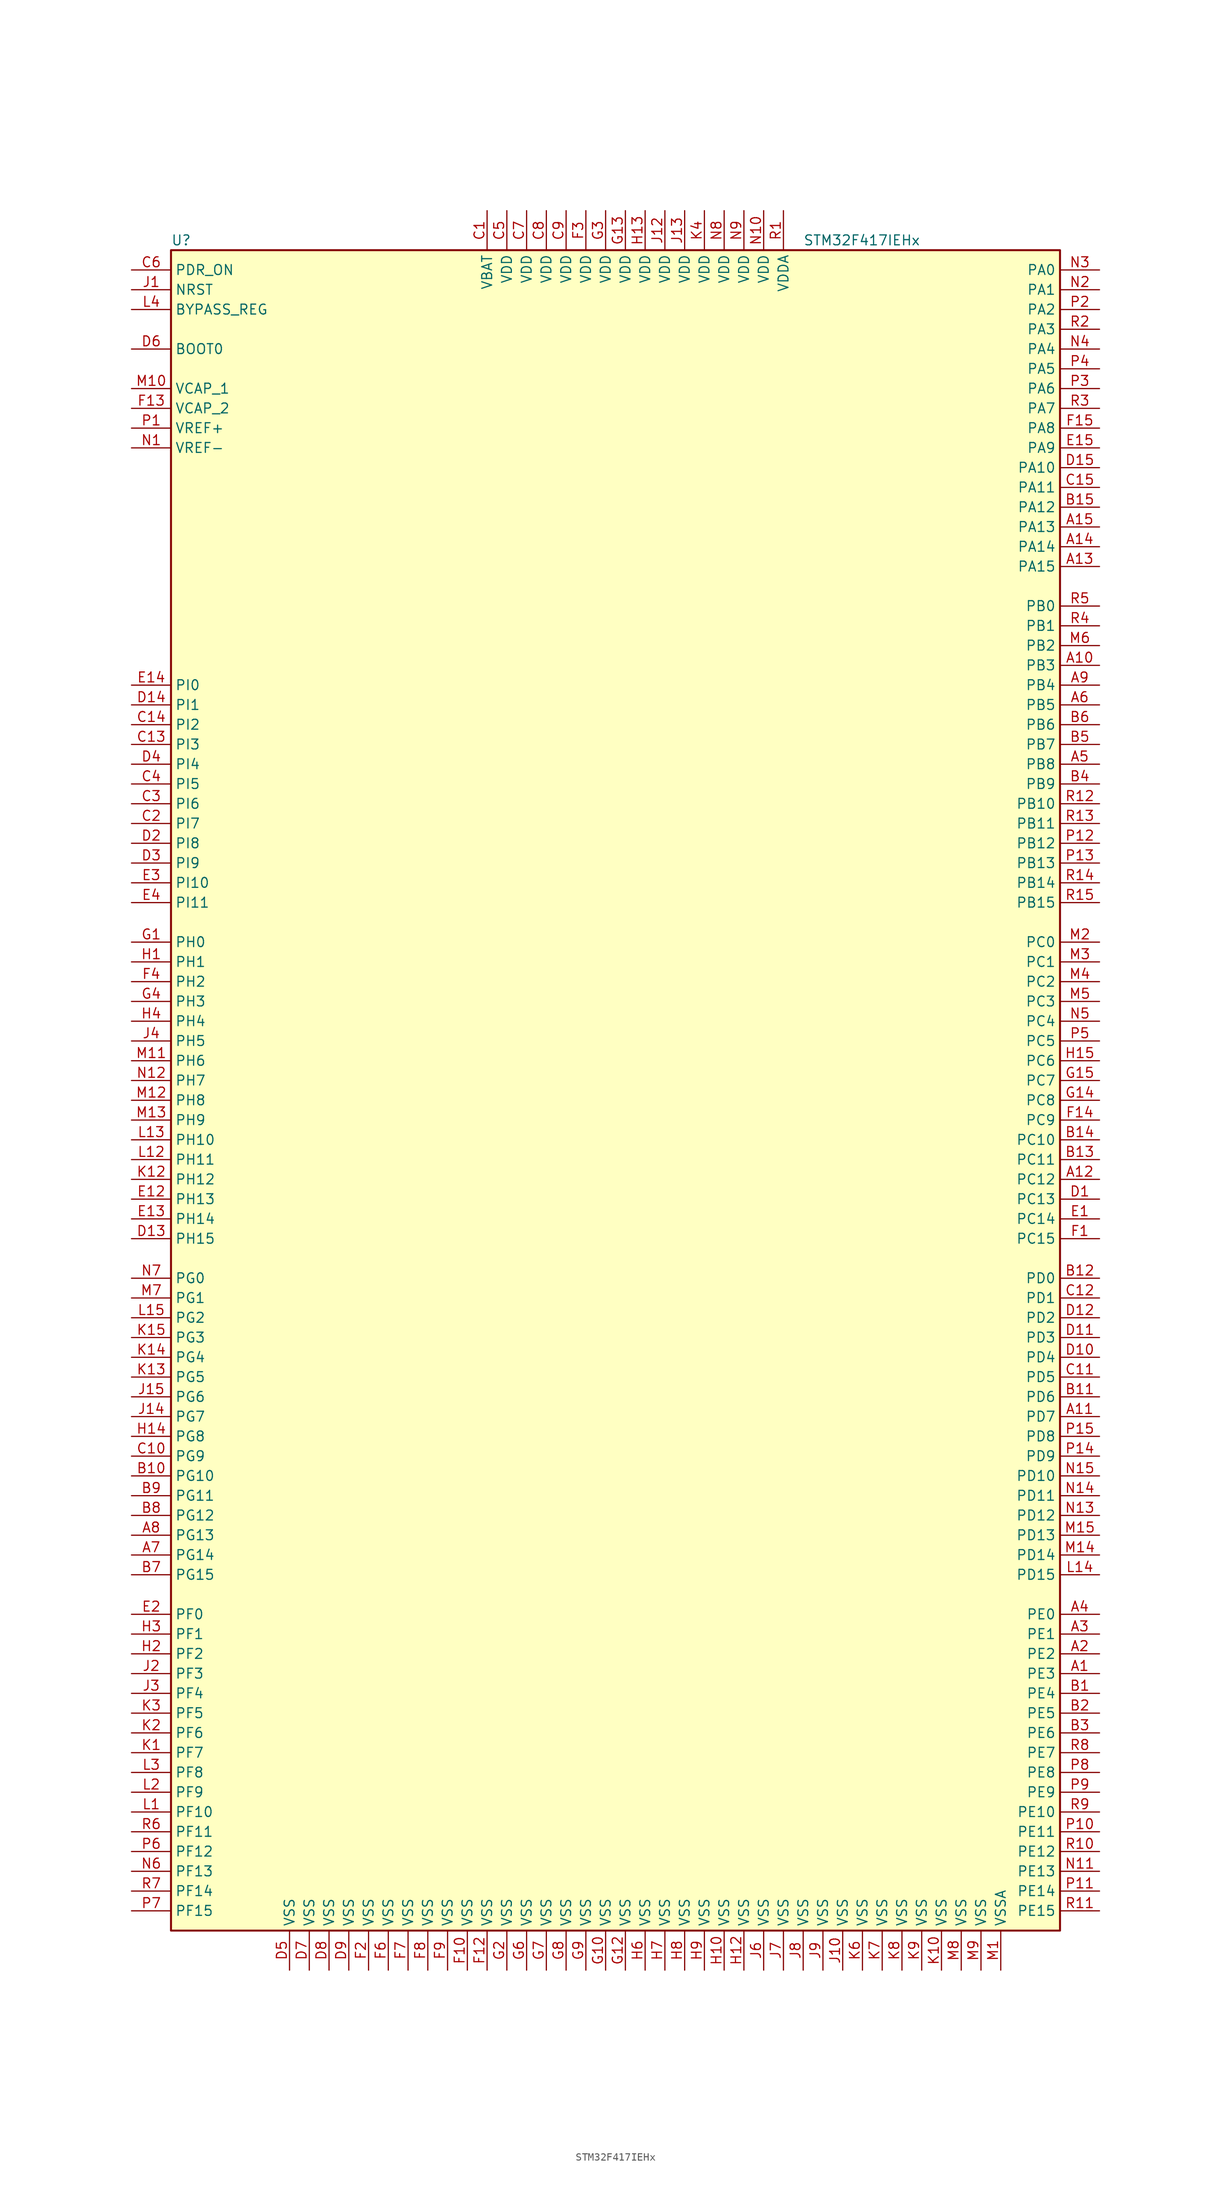
<source format=kicad_sym>
(kicad_symbol_lib
  (version 20211014)
  (generator kicad_symbol_editor)
  (symbol "STM32F417IEHx"
    (property "Reference" "U"
      (at -58.42 107.95 0)
      (effects (font (size 1.27 1.27)) (justify left)))
    (property "Value" "STM32F417IEHx"
      (at 22.86 107.95 0)
      (effects (font (size 1.27 1.27)) (justify left)))
    (symbol "STM32F417IEHx_0_1"
      (rectangle (start -58.42 -109.22) (end 55.88 106.68) (stroke (width 0.254) (type default) (color 0 0 0 0)) (fill (type background))))
    (symbol "STM32F417IEHx_1_1"
      (pin bidirectional line (at 60.96 -76.2 180) (length 5.08) (name "PE3" (effects (font (size 1.27 1.27)))) (number "A1" (effects (font (size 1.27 1.27)))))
      (pin bidirectional line (at 60.96 53.34 180) (length 5.08) (name "PB3" (effects (font (size 1.27 1.27)))) (number "A10" (effects (font (size 1.27 1.27)))))
      (pin bidirectional line (at 60.96 -43.18 180) (length 5.08) (name "PD7" (effects (font (size 1.27 1.27)))) (number "A11" (effects (font (size 1.27 1.27)))))
      (pin bidirectional line (at 60.96 -12.7 180) (length 5.08) (name "PC12" (effects (font (size 1.27 1.27)))) (number "A12" (effects (font (size 1.27 1.27)))))
      (pin bidirectional line (at 60.96 66.04 180) (length 5.08) (name "PA15" (effects (font (size 1.27 1.27)))) (number "A13" (effects (font (size 1.27 1.27)))))
      (pin bidirectional line (at 60.96 68.58 180) (length 5.08) (name "PA14" (effects (font (size 1.27 1.27)))) (number "A14" (effects (font (size 1.27 1.27)))))
      (pin bidirectional line (at 60.96 71.12 180) (length 5.08) (name "PA13" (effects (font (size 1.27 1.27)))) (number "A15" (effects (font (size 1.27 1.27)))))
      (pin bidirectional line (at 60.96 -73.66 180) (length 5.08) (name "PE2" (effects (font (size 1.27 1.27)))) (number "A2" (effects (font (size 1.27 1.27)))))
      (pin bidirectional line (at 60.96 -71.12 180) (length 5.08) (name "PE1" (effects (font (size 1.27 1.27)))) (number "A3" (effects (font (size 1.27 1.27)))))
      (pin bidirectional line (at 60.96 -68.58 180) (length 5.08) (name "PE0" (effects (font (size 1.27 1.27)))) (number "A4" (effects (font (size 1.27 1.27)))))
      (pin bidirectional line (at 60.96 40.64 180) (length 5.08) (name "PB8" (effects (font (size 1.27 1.27)))) (number "A5" (effects (font (size 1.27 1.27)))))
      (pin bidirectional line (at 60.96 48.26 180) (length 5.08) (name "PB5" (effects (font (size 1.27 1.27)))) (number "A6" (effects (font (size 1.27 1.27)))))
      (pin bidirectional line (at -63.5 -60.96 0) (length 5.08) (name "PG14" (effects (font (size 1.27 1.27)))) (number "A7" (effects (font (size 1.27 1.27)))))
      (pin bidirectional line (at -63.5 -58.42 0) (length 5.08) (name "PG13" (effects (font (size 1.27 1.27)))) (number "A8" (effects (font (size 1.27 1.27)))))
      (pin bidirectional line (at 60.96 50.8 180) (length 5.08) (name "PB4" (effects (font (size 1.27 1.27)))) (number "A9" (effects (font (size 1.27 1.27)))))
      (pin bidirectional line (at 60.96 -78.74 180) (length 5.08) (name "PE4" (effects (font (size 1.27 1.27)))) (number "B1" (effects (font (size 1.27 1.27)))))
      (pin bidirectional line (at -63.5 -50.8 0) (length 5.08) (name "PG10" (effects (font (size 1.27 1.27)))) (number "B10" (effects (font (size 1.27 1.27)))))
      (pin bidirectional line (at 60.96 -40.64 180) (length 5.08) (name "PD6" (effects (font (size 1.27 1.27)))) (number "B11" (effects (font (size 1.27 1.27)))))
      (pin bidirectional line (at 60.96 -25.4 180) (length 5.08) (name "PD0" (effects (font (size 1.27 1.27)))) (number "B12" (effects (font (size 1.27 1.27)))))
      (pin bidirectional line (at 60.96 -10.16 180) (length 5.08) (name "PC11" (effects (font (size 1.27 1.27)))) (number "B13" (effects (font (size 1.27 1.27)))))
      (pin bidirectional line (at 60.96 -7.62 180) (length 5.08) (name "PC10" (effects (font (size 1.27 1.27)))) (number "B14" (effects (font (size 1.27 1.27)))))
      (pin bidirectional line (at 60.96 73.66 180) (length 5.08) (name "PA12" (effects (font (size 1.27 1.27)))) (number "B15" (effects (font (size 1.27 1.27)))))
      (pin bidirectional line (at 60.96 -81.28 180) (length 5.08) (name "PE5" (effects (font (size 1.27 1.27)))) (number "B2" (effects (font (size 1.27 1.27)))))
      (pin bidirectional line (at 60.96 -83.82 180) (length 5.08) (name "PE6" (effects (font (size 1.27 1.27)))) (number "B3" (effects (font (size 1.27 1.27)))))
      (pin bidirectional line (at 60.96 38.1 180) (length 5.08) (name "PB9" (effects (font (size 1.27 1.27)))) (number "B4" (effects (font (size 1.27 1.27)))))
      (pin bidirectional line (at 60.96 43.18 180) (length 5.08) (name "PB7" (effects (font (size 1.27 1.27)))) (number "B5" (effects (font (size 1.27 1.27)))))
      (pin bidirectional line (at 60.96 45.72 180) (length 5.08) (name "PB6" (effects (font (size 1.27 1.27)))) (number "B6" (effects (font (size 1.27 1.27)))))
      (pin bidirectional line (at -63.5 -63.5 0) (length 5.08) (name "PG15" (effects (font (size 1.27 1.27)))) (number "B7" (effects (font (size 1.27 1.27)))))
      (pin bidirectional line (at -63.5 -55.88 0) (length 5.08) (name "PG12" (effects (font (size 1.27 1.27)))) (number "B8" (effects (font (size 1.27 1.27)))))
      (pin bidirectional line (at -63.5 -53.34 0) (length 5.08) (name "PG11" (effects (font (size 1.27 1.27)))) (number "B9" (effects (font (size 1.27 1.27)))))
      (pin power_in line (at -17.78 111.76 270) (length 5.08) (name "VBAT" (effects (font (size 1.27 1.27)))) (number "C1" (effects (font (size 1.27 1.27)))))
      (pin bidirectional line (at -63.5 -48.26 0) (length 5.08) (name "PG9" (effects (font (size 1.27 1.27)))) (number "C10" (effects (font (size 1.27 1.27)))))
      (pin bidirectional line (at 60.96 -38.1 180) (length 5.08) (name "PD5" (effects (font (size 1.27 1.27)))) (number "C11" (effects (font (size 1.27 1.27)))))
      (pin bidirectional line (at 60.96 -27.94 180) (length 5.08) (name "PD1" (effects (font (size 1.27 1.27)))) (number "C12" (effects (font (size 1.27 1.27)))))
      (pin bidirectional line (at -63.5 43.18 0) (length 5.08) (name "PI3" (effects (font (size 1.27 1.27)))) (number "C13" (effects (font (size 1.27 1.27)))))
      (pin bidirectional line (at -63.5 45.72 0) (length 5.08) (name "PI2" (effects (font (size 1.27 1.27)))) (number "C14" (effects (font (size 1.27 1.27)))))
      (pin bidirectional line (at 60.96 76.2 180) (length 5.08) (name "PA11" (effects (font (size 1.27 1.27)))) (number "C15" (effects (font (size 1.27 1.27)))))
      (pin bidirectional line (at -63.5 33.02 0) (length 5.08) (name "PI7" (effects (font (size 1.27 1.27)))) (number "C2" (effects (font (size 1.27 1.27)))))
      (pin bidirectional line (at -63.5 35.56 0) (length 5.08) (name "PI6" (effects (font (size 1.27 1.27)))) (number "C3" (effects (font (size 1.27 1.27)))))
      (pin bidirectional line (at -63.5 38.1 0) (length 5.08) (name "PI5" (effects (font (size 1.27 1.27)))) (number "C4" (effects (font (size 1.27 1.27)))))
      (pin power_in line (at -15.24 111.76 270) (length 5.08) (name "VDD" (effects (font (size 1.27 1.27)))) (number "C5" (effects (font (size 1.27 1.27)))))
      (pin input line (at -63.5 104.14 0) (length 5.08) (name "PDR_ON" (effects (font (size 1.27 1.27)))) (number "C6" (effects (font (size 1.27 1.27)))))
      (pin power_in line (at -12.7 111.76 270) (length 5.08) (name "VDD" (effects (font (size 1.27 1.27)))) (number "C7" (effects (font (size 1.27 1.27)))))
      (pin power_in line (at -10.16 111.76 270) (length 5.08) (name "VDD" (effects (font (size 1.27 1.27)))) (number "C8" (effects (font (size 1.27 1.27)))))
      (pin power_in line (at -7.62 111.76 270) (length 5.08) (name "VDD" (effects (font (size 1.27 1.27)))) (number "C9" (effects (font (size 1.27 1.27)))))
      (pin bidirectional line (at 60.96 -15.24 180) (length 5.08) (name "PC13" (effects (font (size 1.27 1.27)))) (number "D1" (effects (font (size 1.27 1.27)))))
      (pin bidirectional line (at 60.96 -35.56 180) (length 5.08) (name "PD4" (effects (font (size 1.27 1.27)))) (number "D10" (effects (font (size 1.27 1.27)))))
      (pin bidirectional line (at 60.96 -33.02 180) (length 5.08) (name "PD3" (effects (font (size 1.27 1.27)))) (number "D11" (effects (font (size 1.27 1.27)))))
      (pin bidirectional line (at 60.96 -30.48 180) (length 5.08) (name "PD2" (effects (font (size 1.27 1.27)))) (number "D12" (effects (font (size 1.27 1.27)))))
      (pin bidirectional line (at -63.5 -20.32 0) (length 5.08) (name "PH15" (effects (font (size 1.27 1.27)))) (number "D13" (effects (font (size 1.27 1.27)))))
      (pin bidirectional line (at -63.5 48.26 0) (length 5.08) (name "PI1" (effects (font (size 1.27 1.27)))) (number "D14" (effects (font (size 1.27 1.27)))))
      (pin bidirectional line (at 60.96 78.74 180) (length 5.08) (name "PA10" (effects (font (size 1.27 1.27)))) (number "D15" (effects (font (size 1.27 1.27)))))
      (pin bidirectional line (at -63.5 30.48 0) (length 5.08) (name "PI8" (effects (font (size 1.27 1.27)))) (number "D2" (effects (font (size 1.27 1.27)))))
      (pin bidirectional line (at -63.5 27.94 0) (length 5.08) (name "PI9" (effects (font (size 1.27 1.27)))) (number "D3" (effects (font (size 1.27 1.27)))))
      (pin bidirectional line (at -63.5 40.64 0) (length 5.08) (name "PI4" (effects (font (size 1.27 1.27)))) (number "D4" (effects (font (size 1.27 1.27)))))
      (pin power_in line (at -43.18 -114.3 90) (length 5.08) (name "VSS" (effects (font (size 1.27 1.27)))) (number "D5" (effects (font (size 1.27 1.27)))))
      (pin input line (at -63.5 93.98 0) (length 5.08) (name "BOOT0" (effects (font (size 1.27 1.27)))) (number "D6" (effects (font (size 1.27 1.27)))))
      (pin power_in line (at -40.64 -114.3 90) (length 5.08) (name "VSS" (effects (font (size 1.27 1.27)))) (number "D7" (effects (font (size 1.27 1.27)))))
      (pin power_in line (at -38.1 -114.3 90) (length 5.08) (name "VSS" (effects (font (size 1.27 1.27)))) (number "D8" (effects (font (size 1.27 1.27)))))
      (pin power_in line (at -35.56 -114.3 90) (length 5.08) (name "VSS" (effects (font (size 1.27 1.27)))) (number "D9" (effects (font (size 1.27 1.27)))))
      (pin bidirectional line (at 60.96 -17.78 180) (length 5.08) (name "PC14" (effects (font (size 1.27 1.27)))) (number "E1" (effects (font (size 1.27 1.27)))))
      (pin bidirectional line (at -63.5 -15.24 0) (length 5.08) (name "PH13" (effects (font (size 1.27 1.27)))) (number "E12" (effects (font (size 1.27 1.27)))))
      (pin bidirectional line (at -63.5 -17.78 0) (length 5.08) (name "PH14" (effects (font (size 1.27 1.27)))) (number "E13" (effects (font (size 1.27 1.27)))))
      (pin bidirectional line (at -63.5 50.8 0) (length 5.08) (name "PI0" (effects (font (size 1.27 1.27)))) (number "E14" (effects (font (size 1.27 1.27)))))
      (pin bidirectional line (at 60.96 81.28 180) (length 5.08) (name "PA9" (effects (font (size 1.27 1.27)))) (number "E15" (effects (font (size 1.27 1.27)))))
      (pin bidirectional line (at -63.5 -68.58 0) (length 5.08) (name "PF0" (effects (font (size 1.27 1.27)))) (number "E2" (effects (font (size 1.27 1.27)))))
      (pin bidirectional line (at -63.5 25.4 0) (length 5.08) (name "PI10" (effects (font (size 1.27 1.27)))) (number "E3" (effects (font (size 1.27 1.27)))))
      (pin bidirectional line (at -63.5 22.86 0) (length 5.08) (name "PI11" (effects (font (size 1.27 1.27)))) (number "E4" (effects (font (size 1.27 1.27)))))
      (pin bidirectional line (at 60.96 -20.32 180) (length 5.08) (name "PC15" (effects (font (size 1.27 1.27)))) (number "F1" (effects (font (size 1.27 1.27)))))
      (pin power_in line (at -20.32 -114.3 90) (length 5.08) (name "VSS" (effects (font (size 1.27 1.27)))) (number "F10" (effects (font (size 1.27 1.27)))))
      (pin power_in line (at -17.78 -114.3 90) (length 5.08) (name "VSS" (effects (font (size 1.27 1.27)))) (number "F12" (effects (font (size 1.27 1.27)))))
      (pin power_in line (at -63.5 86.36 0) (length 5.08) (name "VCAP_2" (effects (font (size 1.27 1.27)))) (number "F13" (effects (font (size 1.27 1.27)))))
      (pin bidirectional line (at 60.96 -5.08 180) (length 5.08) (name "PC9" (effects (font (size 1.27 1.27)))) (number "F14" (effects (font (size 1.27 1.27)))))
      (pin bidirectional line (at 60.96 83.82 180) (length 5.08) (name "PA8" (effects (font (size 1.27 1.27)))) (number "F15" (effects (font (size 1.27 1.27)))))
      (pin power_in line (at -33.02 -114.3 90) (length 5.08) (name "VSS" (effects (font (size 1.27 1.27)))) (number "F2" (effects (font (size 1.27 1.27)))))
      (pin power_in line (at -5.08 111.76 270) (length 5.08) (name "VDD" (effects (font (size 1.27 1.27)))) (number "F3" (effects (font (size 1.27 1.27)))))
      (pin bidirectional line (at -63.5 12.7 0) (length 5.08) (name "PH2" (effects (font (size 1.27 1.27)))) (number "F4" (effects (font (size 1.27 1.27)))))
      (pin power_in line (at -30.48 -114.3 90) (length 5.08) (name "VSS" (effects (font (size 1.27 1.27)))) (number "F6" (effects (font (size 1.27 1.27)))))
      (pin power_in line (at -27.94 -114.3 90) (length 5.08) (name "VSS" (effects (font (size 1.27 1.27)))) (number "F7" (effects (font (size 1.27 1.27)))))
      (pin power_in line (at -25.4 -114.3 90) (length 5.08) (name "VSS" (effects (font (size 1.27 1.27)))) (number "F8" (effects (font (size 1.27 1.27)))))
      (pin power_in line (at -22.86 -114.3 90) (length 5.08) (name "VSS" (effects (font (size 1.27 1.27)))) (number "F9" (effects (font (size 1.27 1.27)))))
      (pin input line (at -63.5 17.78 0) (length 5.08) (name "PH0" (effects (font (size 1.27 1.27)))) (number "G1" (effects (font (size 1.27 1.27)))))
      (pin power_in line (at -2.54 -114.3 90) (length 5.08) (name "VSS" (effects (font (size 1.27 1.27)))) (number "G10" (effects (font (size 1.27 1.27)))))
      (pin power_in line (at 0 -114.3 90) (length 5.08) (name "VSS" (effects (font (size 1.27 1.27)))) (number "G12" (effects (font (size 1.27 1.27)))))
      (pin power_in line (at 0 111.76 270) (length 5.08) (name "VDD" (effects (font (size 1.27 1.27)))) (number "G13" (effects (font (size 1.27 1.27)))))
      (pin bidirectional line (at 60.96 -2.54 180) (length 5.08) (name "PC8" (effects (font (size 1.27 1.27)))) (number "G14" (effects (font (size 1.27 1.27)))))
      (pin bidirectional line (at 60.96 0 180) (length 5.08) (name "PC7" (effects (font (size 1.27 1.27)))) (number "G15" (effects (font (size 1.27 1.27)))))
      (pin power_in line (at -15.24 -114.3 90) (length 5.08) (name "VSS" (effects (font (size 1.27 1.27)))) (number "G2" (effects (font (size 1.27 1.27)))))
      (pin power_in line (at -2.54 111.76 270) (length 5.08) (name "VDD" (effects (font (size 1.27 1.27)))) (number "G3" (effects (font (size 1.27 1.27)))))
      (pin bidirectional line (at -63.5 10.16 0) (length 5.08) (name "PH3" (effects (font (size 1.27 1.27)))) (number "G4" (effects (font (size 1.27 1.27)))))
      (pin power_in line (at -12.7 -114.3 90) (length 5.08) (name "VSS" (effects (font (size 1.27 1.27)))) (number "G6" (effects (font (size 1.27 1.27)))))
      (pin power_in line (at -10.16 -114.3 90) (length 5.08) (name "VSS" (effects (font (size 1.27 1.27)))) (number "G7" (effects (font (size 1.27 1.27)))))
      (pin power_in line (at -7.62 -114.3 90) (length 5.08) (name "VSS" (effects (font (size 1.27 1.27)))) (number "G8" (effects (font (size 1.27 1.27)))))
      (pin power_in line (at -5.08 -114.3 90) (length 5.08) (name "VSS" (effects (font (size 1.27 1.27)))) (number "G9" (effects (font (size 1.27 1.27)))))
      (pin input line (at -63.5 15.24 0) (length 5.08) (name "PH1" (effects (font (size 1.27 1.27)))) (number "H1" (effects (font (size 1.27 1.27)))))
      (pin power_in line (at 12.7 -114.3 90) (length 5.08) (name "VSS" (effects (font (size 1.27 1.27)))) (number "H10" (effects (font (size 1.27 1.27)))))
      (pin power_in line (at 15.24 -114.3 90) (length 5.08) (name "VSS" (effects (font (size 1.27 1.27)))) (number "H12" (effects (font (size 1.27 1.27)))))
      (pin power_in line (at 2.54 111.76 270) (length 5.08) (name "VDD" (effects (font (size 1.27 1.27)))) (number "H13" (effects (font (size 1.27 1.27)))))
      (pin bidirectional line (at -63.5 -45.72 0) (length 5.08) (name "PG8" (effects (font (size 1.27 1.27)))) (number "H14" (effects (font (size 1.27 1.27)))))
      (pin bidirectional line (at 60.96 2.54 180) (length 5.08) (name "PC6" (effects (font (size 1.27 1.27)))) (number "H15" (effects (font (size 1.27 1.27)))))
      (pin bidirectional line (at -63.5 -73.66 0) (length 5.08) (name "PF2" (effects (font (size 1.27 1.27)))) (number "H2" (effects (font (size 1.27 1.27)))))
      (pin bidirectional line (at -63.5 -71.12 0) (length 5.08) (name "PF1" (effects (font (size 1.27 1.27)))) (number "H3" (effects (font (size 1.27 1.27)))))
      (pin bidirectional line (at -63.5 7.62 0) (length 5.08) (name "PH4" (effects (font (size 1.27 1.27)))) (number "H4" (effects (font (size 1.27 1.27)))))
      (pin power_in line (at 2.54 -114.3 90) (length 5.08) (name "VSS" (effects (font (size 1.27 1.27)))) (number "H6" (effects (font (size 1.27 1.27)))))
      (pin power_in line (at 5.08 -114.3 90) (length 5.08) (name "VSS" (effects (font (size 1.27 1.27)))) (number "H7" (effects (font (size 1.27 1.27)))))
      (pin power_in line (at 7.62 -114.3 90) (length 5.08) (name "VSS" (effects (font (size 1.27 1.27)))) (number "H8" (effects (font (size 1.27 1.27)))))
      (pin power_in line (at 10.16 -114.3 90) (length 5.08) (name "VSS" (effects (font (size 1.27 1.27)))) (number "H9" (effects (font (size 1.27 1.27)))))
      (pin input line (at -63.5 101.6 0) (length 5.08) (name "NRST" (effects (font (size 1.27 1.27)))) (number "J1" (effects (font (size 1.27 1.27)))))
      (pin power_in line (at 27.94 -114.3 90) (length 5.08) (name "VSS" (effects (font (size 1.27 1.27)))) (number "J10" (effects (font (size 1.27 1.27)))))
      (pin power_in line (at 5.08 111.76 270) (length 5.08) (name "VDD" (effects (font (size 1.27 1.27)))) (number "J12" (effects (font (size 1.27 1.27)))))
      (pin power_in line (at 7.62 111.76 270) (length 5.08) (name "VDD" (effects (font (size 1.27 1.27)))) (number "J13" (effects (font (size 1.27 1.27)))))
      (pin bidirectional line (at -63.5 -43.18 0) (length 5.08) (name "PG7" (effects (font (size 1.27 1.27)))) (number "J14" (effects (font (size 1.27 1.27)))))
      (pin bidirectional line (at -63.5 -40.64 0) (length 5.08) (name "PG6" (effects (font (size 1.27 1.27)))) (number "J15" (effects (font (size 1.27 1.27)))))
      (pin bidirectional line (at -63.5 -76.2 0) (length 5.08) (name "PF3" (effects (font (size 1.27 1.27)))) (number "J2" (effects (font (size 1.27 1.27)))))
      (pin bidirectional line (at -63.5 -78.74 0) (length 5.08) (name "PF4" (effects (font (size 1.27 1.27)))) (number "J3" (effects (font (size 1.27 1.27)))))
      (pin bidirectional line (at -63.5 5.08 0) (length 5.08) (name "PH5" (effects (font (size 1.27 1.27)))) (number "J4" (effects (font (size 1.27 1.27)))))
      (pin power_in line (at 17.78 -114.3 90) (length 5.08) (name "VSS" (effects (font (size 1.27 1.27)))) (number "J6" (effects (font (size 1.27 1.27)))))
      (pin power_in line (at 20.32 -114.3 90) (length 5.08) (name "VSS" (effects (font (size 1.27 1.27)))) (number "J7" (effects (font (size 1.27 1.27)))))
      (pin power_in line (at 22.86 -114.3 90) (length 5.08) (name "VSS" (effects (font (size 1.27 1.27)))) (number "J8" (effects (font (size 1.27 1.27)))))
      (pin power_in line (at 25.4 -114.3 90) (length 5.08) (name "VSS" (effects (font (size 1.27 1.27)))) (number "J9" (effects (font (size 1.27 1.27)))))
      (pin bidirectional line (at -63.5 -86.36 0) (length 5.08) (name "PF7" (effects (font (size 1.27 1.27)))) (number "K1" (effects (font (size 1.27 1.27)))))
      (pin power_in line (at 40.64 -114.3 90) (length 5.08) (name "VSS" (effects (font (size 1.27 1.27)))) (number "K10" (effects (font (size 1.27 1.27)))))
      (pin bidirectional line (at -63.5 -12.7 0) (length 5.08) (name "PH12" (effects (font (size 1.27 1.27)))) (number "K12" (effects (font (size 1.27 1.27)))))
      (pin bidirectional line (at -63.5 -38.1 0) (length 5.08) (name "PG5" (effects (font (size 1.27 1.27)))) (number "K13" (effects (font (size 1.27 1.27)))))
      (pin bidirectional line (at -63.5 -35.56 0) (length 5.08) (name "PG4" (effects (font (size 1.27 1.27)))) (number "K14" (effects (font (size 1.27 1.27)))))
      (pin bidirectional line (at -63.5 -33.02 0) (length 5.08) (name "PG3" (effects (font (size 1.27 1.27)))) (number "K15" (effects (font (size 1.27 1.27)))))
      (pin bidirectional line (at -63.5 -83.82 0) (length 5.08) (name "PF6" (effects (font (size 1.27 1.27)))) (number "K2" (effects (font (size 1.27 1.27)))))
      (pin bidirectional line (at -63.5 -81.28 0) (length 5.08) (name "PF5" (effects (font (size 1.27 1.27)))) (number "K3" (effects (font (size 1.27 1.27)))))
      (pin power_in line (at 10.16 111.76 270) (length 5.08) (name "VDD" (effects (font (size 1.27 1.27)))) (number "K4" (effects (font (size 1.27 1.27)))))
      (pin power_in line (at 30.48 -114.3 90) (length 5.08) (name "VSS" (effects (font (size 1.27 1.27)))) (number "K6" (effects (font (size 1.27 1.27)))))
      (pin power_in line (at 33.02 -114.3 90) (length 5.08) (name "VSS" (effects (font (size 1.27 1.27)))) (number "K7" (effects (font (size 1.27 1.27)))))
      (pin power_in line (at 35.56 -114.3 90) (length 5.08) (name "VSS" (effects (font (size 1.27 1.27)))) (number "K8" (effects (font (size 1.27 1.27)))))
      (pin power_in line (at 38.1 -114.3 90) (length 5.08) (name "VSS" (effects (font (size 1.27 1.27)))) (number "K9" (effects (font (size 1.27 1.27)))))
      (pin bidirectional line (at -63.5 -93.98 0) (length 5.08) (name "PF10" (effects (font (size 1.27 1.27)))) (number "L1" (effects (font (size 1.27 1.27)))))
      (pin bidirectional line (at -63.5 -10.16 0) (length 5.08) (name "PH11" (effects (font (size 1.27 1.27)))) (number "L12" (effects (font (size 1.27 1.27)))))
      (pin bidirectional line (at -63.5 -7.62 0) (length 5.08) (name "PH10" (effects (font (size 1.27 1.27)))) (number "L13" (effects (font (size 1.27 1.27)))))
      (pin bidirectional line (at 60.96 -63.5 180) (length 5.08) (name "PD15" (effects (font (size 1.27 1.27)))) (number "L14" (effects (font (size 1.27 1.27)))))
      (pin bidirectional line (at -63.5 -30.48 0) (length 5.08) (name "PG2" (effects (font (size 1.27 1.27)))) (number "L15" (effects (font (size 1.27 1.27)))))
      (pin bidirectional line (at -63.5 -91.44 0) (length 5.08) (name "PF9" (effects (font (size 1.27 1.27)))) (number "L2" (effects (font (size 1.27 1.27)))))
      (pin bidirectional line (at -63.5 -88.9 0) (length 5.08) (name "PF8" (effects (font (size 1.27 1.27)))) (number "L3" (effects (font (size 1.27 1.27)))))
      (pin input line (at -63.5 99.06 0) (length 5.08) (name "BYPASS_REG" (effects (font (size 1.27 1.27)))) (number "L4" (effects (font (size 1.27 1.27)))))
      (pin power_in line (at 48.26 -114.3 90) (length 5.08) (name "VSSA" (effects (font (size 1.27 1.27)))) (number "M1" (effects (font (size 1.27 1.27)))))
      (pin power_in line (at -63.5 88.9 0) (length 5.08) (name "VCAP_1" (effects (font (size 1.27 1.27)))) (number "M10" (effects (font (size 1.27 1.27)))))
      (pin bidirectional line (at -63.5 2.54 0) (length 5.08) (name "PH6" (effects (font (size 1.27 1.27)))) (number "M11" (effects (font (size 1.27 1.27)))))
      (pin bidirectional line (at -63.5 -2.54 0) (length 5.08) (name "PH8" (effects (font (size 1.27 1.27)))) (number "M12" (effects (font (size 1.27 1.27)))))
      (pin bidirectional line (at -63.5 -5.08 0) (length 5.08) (name "PH9" (effects (font (size 1.27 1.27)))) (number "M13" (effects (font (size 1.27 1.27)))))
      (pin bidirectional line (at 60.96 -60.96 180) (length 5.08) (name "PD14" (effects (font (size 1.27 1.27)))) (number "M14" (effects (font (size 1.27 1.27)))))
      (pin bidirectional line (at 60.96 -58.42 180) (length 5.08) (name "PD13" (effects (font (size 1.27 1.27)))) (number "M15" (effects (font (size 1.27 1.27)))))
      (pin bidirectional line (at 60.96 17.78 180) (length 5.08) (name "PC0" (effects (font (size 1.27 1.27)))) (number "M2" (effects (font (size 1.27 1.27)))))
      (pin bidirectional line (at 60.96 15.24 180) (length 5.08) (name "PC1" (effects (font (size 1.27 1.27)))) (number "M3" (effects (font (size 1.27 1.27)))))
      (pin bidirectional line (at 60.96 12.7 180) (length 5.08) (name "PC2" (effects (font (size 1.27 1.27)))) (number "M4" (effects (font (size 1.27 1.27)))))
      (pin bidirectional line (at 60.96 10.16 180) (length 5.08) (name "PC3" (effects (font (size 1.27 1.27)))) (number "M5" (effects (font (size 1.27 1.27)))))
      (pin bidirectional line (at 60.96 55.88 180) (length 5.08) (name "PB2" (effects (font (size 1.27 1.27)))) (number "M6" (effects (font (size 1.27 1.27)))))
      (pin bidirectional line (at -63.5 -27.94 0) (length 5.08) (name "PG1" (effects (font (size 1.27 1.27)))) (number "M7" (effects (font (size 1.27 1.27)))))
      (pin power_in line (at 43.18 -114.3 90) (length 5.08) (name "VSS" (effects (font (size 1.27 1.27)))) (number "M8" (effects (font (size 1.27 1.27)))))
      (pin power_in line (at 45.72 -114.3 90) (length 5.08) (name "VSS" (effects (font (size 1.27 1.27)))) (number "M9" (effects (font (size 1.27 1.27)))))
      (pin power_in line (at -63.5 81.28 0) (length 5.08) (name "VREF-" (effects (font (size 1.27 1.27)))) (number "N1" (effects (font (size 1.27 1.27)))))
      (pin power_in line (at 17.78 111.76 270) (length 5.08) (name "VDD" (effects (font (size 1.27 1.27)))) (number "N10" (effects (font (size 1.27 1.27)))))
      (pin bidirectional line (at 60.96 -101.6 180) (length 5.08) (name "PE13" (effects (font (size 1.27 1.27)))) (number "N11" (effects (font (size 1.27 1.27)))))
      (pin bidirectional line (at -63.5 0 0) (length 5.08) (name "PH7" (effects (font (size 1.27 1.27)))) (number "N12" (effects (font (size 1.27 1.27)))))
      (pin bidirectional line (at 60.96 -55.88 180) (length 5.08) (name "PD12" (effects (font (size 1.27 1.27)))) (number "N13" (effects (font (size 1.27 1.27)))))
      (pin bidirectional line (at 60.96 -53.34 180) (length 5.08) (name "PD11" (effects (font (size 1.27 1.27)))) (number "N14" (effects (font (size 1.27 1.27)))))
      (pin bidirectional line (at 60.96 -50.8 180) (length 5.08) (name "PD10" (effects (font (size 1.27 1.27)))) (number "N15" (effects (font (size 1.27 1.27)))))
      (pin bidirectional line (at 60.96 101.6 180) (length 5.08) (name "PA1" (effects (font (size 1.27 1.27)))) (number "N2" (effects (font (size 1.27 1.27)))))
      (pin bidirectional line (at 60.96 104.14 180) (length 5.08) (name "PA0" (effects (font (size 1.27 1.27)))) (number "N3" (effects (font (size 1.27 1.27)))))
      (pin bidirectional line (at 60.96 93.98 180) (length 5.08) (name "PA4" (effects (font (size 1.27 1.27)))) (number "N4" (effects (font (size 1.27 1.27)))))
      (pin bidirectional line (at 60.96 7.62 180) (length 5.08) (name "PC4" (effects (font (size 1.27 1.27)))) (number "N5" (effects (font (size 1.27 1.27)))))
      (pin bidirectional line (at -63.5 -101.6 0) (length 5.08) (name "PF13" (effects (font (size 1.27 1.27)))) (number "N6" (effects (font (size 1.27 1.27)))))
      (pin bidirectional line (at -63.5 -25.4 0) (length 5.08) (name "PG0" (effects (font (size 1.27 1.27)))) (number "N7" (effects (font (size 1.27 1.27)))))
      (pin power_in line (at 12.7 111.76 270) (length 5.08) (name "VDD" (effects (font (size 1.27 1.27)))) (number "N8" (effects (font (size 1.27 1.27)))))
      (pin power_in line (at 15.24 111.76 270) (length 5.08) (name "VDD" (effects (font (size 1.27 1.27)))) (number "N9" (effects (font (size 1.27 1.27)))))
      (pin power_in line (at -63.5 83.82 0) (length 5.08) (name "VREF+" (effects (font (size 1.27 1.27)))) (number "P1" (effects (font (size 1.27 1.27)))))
      (pin bidirectional line (at 60.96 -96.52 180) (length 5.08) (name "PE11" (effects (font (size 1.27 1.27)))) (number "P10" (effects (font (size 1.27 1.27)))))
      (pin bidirectional line (at 60.96 -104.14 180) (length 5.08) (name "PE14" (effects (font (size 1.27 1.27)))) (number "P11" (effects (font (size 1.27 1.27)))))
      (pin bidirectional line (at 60.96 30.48 180) (length 5.08) (name "PB12" (effects (font (size 1.27 1.27)))) (number "P12" (effects (font (size 1.27 1.27)))))
      (pin bidirectional line (at 60.96 27.94 180) (length 5.08) (name "PB13" (effects (font (size 1.27 1.27)))) (number "P13" (effects (font (size 1.27 1.27)))))
      (pin bidirectional line (at 60.96 -48.26 180) (length 5.08) (name "PD9" (effects (font (size 1.27 1.27)))) (number "P14" (effects (font (size 1.27 1.27)))))
      (pin bidirectional line (at 60.96 -45.72 180) (length 5.08) (name "PD8" (effects (font (size 1.27 1.27)))) (number "P15" (effects (font (size 1.27 1.27)))))
      (pin bidirectional line (at 60.96 99.06 180) (length 5.08) (name "PA2" (effects (font (size 1.27 1.27)))) (number "P2" (effects (font (size 1.27 1.27)))))
      (pin bidirectional line (at 60.96 88.9 180) (length 5.08) (name "PA6" (effects (font (size 1.27 1.27)))) (number "P3" (effects (font (size 1.27 1.27)))))
      (pin bidirectional line (at 60.96 91.44 180) (length 5.08) (name "PA5" (effects (font (size 1.27 1.27)))) (number "P4" (effects (font (size 1.27 1.27)))))
      (pin bidirectional line (at 60.96 5.08 180) (length 5.08) (name "PC5" (effects (font (size 1.27 1.27)))) (number "P5" (effects (font (size 1.27 1.27)))))
      (pin bidirectional line (at -63.5 -99.06 0) (length 5.08) (name "PF12" (effects (font (size 1.27 1.27)))) (number "P6" (effects (font (size 1.27 1.27)))))
      (pin bidirectional line (at -63.5 -106.68 0) (length 5.08) (name "PF15" (effects (font (size 1.27 1.27)))) (number "P7" (effects (font (size 1.27 1.27)))))
      (pin bidirectional line (at 60.96 -88.9 180) (length 5.08) (name "PE8" (effects (font (size 1.27 1.27)))) (number "P8" (effects (font (size 1.27 1.27)))))
      (pin bidirectional line (at 60.96 -91.44 180) (length 5.08) (name "PE9" (effects (font (size 1.27 1.27)))) (number "P9" (effects (font (size 1.27 1.27)))))
      (pin power_in line (at 20.32 111.76 270) (length 5.08) (name "VDDA" (effects (font (size 1.27 1.27)))) (number "R1" (effects (font (size 1.27 1.27)))))
      (pin bidirectional line (at 60.96 -99.06 180) (length 5.08) (name "PE12" (effects (font (size 1.27 1.27)))) (number "R10" (effects (font (size 1.27 1.27)))))
      (pin bidirectional line (at 60.96 -106.68 180) (length 5.08) (name "PE15" (effects (font (size 1.27 1.27)))) (number "R11" (effects (font (size 1.27 1.27)))))
      (pin bidirectional line (at 60.96 35.56 180) (length 5.08) (name "PB10" (effects (font (size 1.27 1.27)))) (number "R12" (effects (font (size 1.27 1.27)))))
      (pin bidirectional line (at 60.96 33.02 180) (length 5.08) (name "PB11" (effects (font (size 1.27 1.27)))) (number "R13" (effects (font (size 1.27 1.27)))))
      (pin bidirectional line (at 60.96 25.4 180) (length 5.08) (name "PB14" (effects (font (size 1.27 1.27)))) (number "R14" (effects (font (size 1.27 1.27)))))
      (pin bidirectional line (at 60.96 22.86 180) (length 5.08) (name "PB15" (effects (font (size 1.27 1.27)))) (number "R15" (effects (font (size 1.27 1.27)))))
      (pin bidirectional line (at 60.96 96.52 180) (length 5.08) (name "PA3" (effects (font (size 1.27 1.27)))) (number "R2" (effects (font (size 1.27 1.27)))))
      (pin bidirectional line (at 60.96 86.36 180) (length 5.08) (name "PA7" (effects (font (size 1.27 1.27)))) (number "R3" (effects (font (size 1.27 1.27)))))
      (pin bidirectional line (at 60.96 58.42 180) (length 5.08) (name "PB1" (effects (font (size 1.27 1.27)))) (number "R4" (effects (font (size 1.27 1.27)))))
      (pin bidirectional line (at 60.96 60.96 180) (length 5.08) (name "PB0" (effects (font (size 1.27 1.27)))) (number "R5" (effects (font (size 1.27 1.27)))))
      (pin bidirectional line (at -63.5 -96.52 0) (length 5.08) (name "PF11" (effects (font (size 1.27 1.27)))) (number "R6" (effects (font (size 1.27 1.27)))))
      (pin bidirectional line (at -63.5 -104.14 0) (length 5.08) (name "PF14" (effects (font (size 1.27 1.27)))) (number "R7" (effects (font (size 1.27 1.27)))))
      (pin bidirectional line (at 60.96 -86.36 180) (length 5.08) (name "PE7" (effects (font (size 1.27 1.27)))) (number "R8" (effects (font (size 1.27 1.27)))))
      (pin bidirectional line (at 60.96 -93.98 180) (length 5.08) (name "PE10" (effects (font (size 1.27 1.27)))) (number "R9" (effects (font (size 1.27 1.27))))))))
</source>
